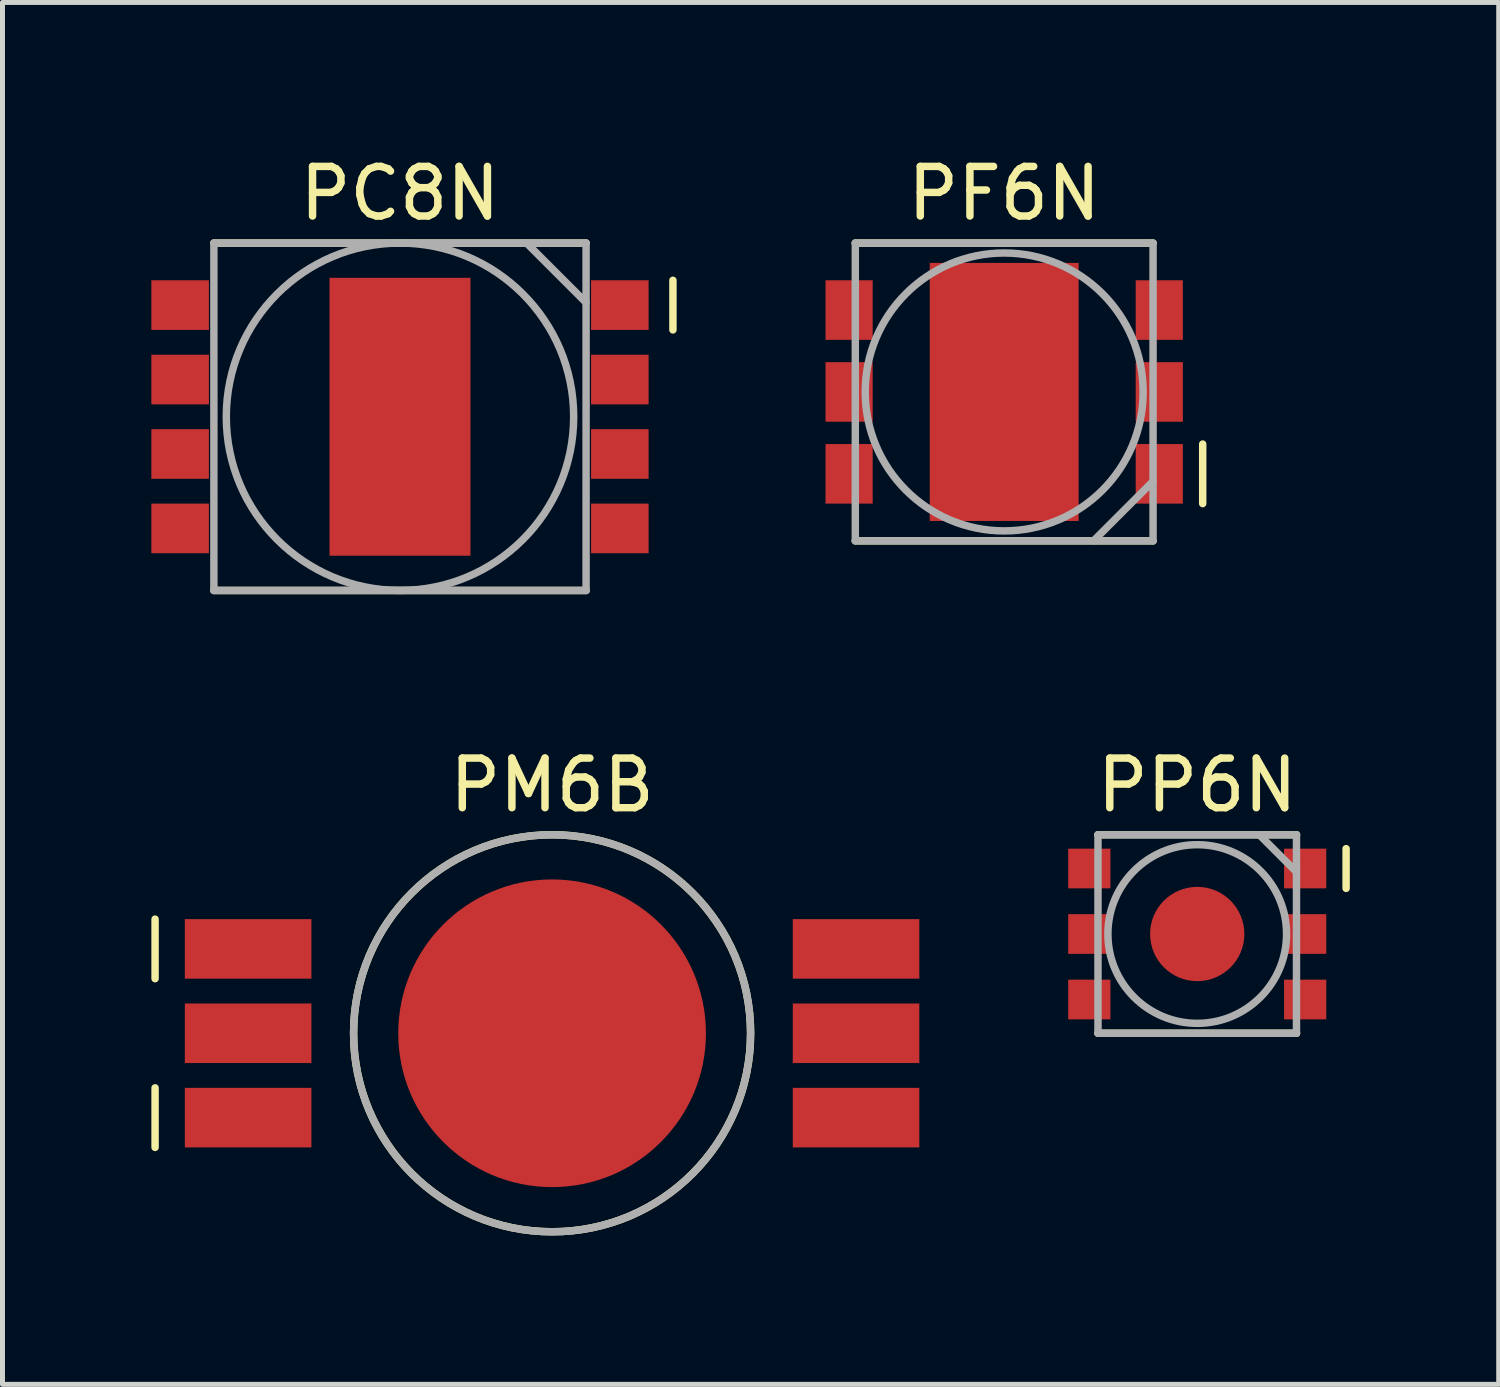
<source format=kicad_pcb>
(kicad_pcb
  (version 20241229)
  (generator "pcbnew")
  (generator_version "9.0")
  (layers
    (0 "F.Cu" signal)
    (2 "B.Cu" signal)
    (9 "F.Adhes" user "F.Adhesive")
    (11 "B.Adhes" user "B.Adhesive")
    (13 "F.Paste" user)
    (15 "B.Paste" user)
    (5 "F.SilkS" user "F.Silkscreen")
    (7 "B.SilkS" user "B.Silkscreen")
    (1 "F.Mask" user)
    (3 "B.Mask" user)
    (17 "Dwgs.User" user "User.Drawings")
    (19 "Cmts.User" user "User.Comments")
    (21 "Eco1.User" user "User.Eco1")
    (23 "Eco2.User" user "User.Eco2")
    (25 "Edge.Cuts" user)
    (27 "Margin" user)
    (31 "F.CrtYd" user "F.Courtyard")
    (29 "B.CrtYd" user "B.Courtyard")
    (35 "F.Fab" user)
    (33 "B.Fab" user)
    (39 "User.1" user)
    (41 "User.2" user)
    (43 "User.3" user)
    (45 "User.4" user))
  (footprint "PC8N"
    (layer "F.Cu")
    (at 5.01 5.348)
    (property "Reference" "PC8N" (at 0 -4.5 0) (layer "F.SilkS") (effects (font (size 1 1) (thickness 0.15))))
    (attr smd)
    (fp_line (start -3.75 -3.5) (end 3.75 -3.5) (stroke (width 0.15) (type solid)) (layer "F.SilkS"))
    (fp_line (start 3.75 3.5) (end -3.75 3.5) (stroke (width 0.15) (type solid)) (layer "F.SilkS"))
    (fp_line (start 5.5 -2.75) (end 5.5 -1.75) (stroke (width 0.15) (type solid)) (layer "F.SilkS"))
    (fp_line (start -3.75 -3.5) (end 3.75 -3.5) (stroke (width 0.15) (type solid)) (layer "F.Fab"))
    (fp_line (start -3.75 3.5) (end -3.75 -3.5) (stroke (width 0.15) (type solid)) (layer "F.Fab"))
    (fp_line (start 2.55 -3.5) (end 3.75 -2.3) (stroke (width 0.15) (type solid)) (layer "F.Fab"))
    (fp_line (start 3.75 -3.5) (end 3.75 3.5) (stroke (width 0.15) (type solid)) (layer "F.Fab"))
    (fp_line (start 3.75 3.5) (end -3.75 3.5) (stroke (width 0.15) (type solid)) (layer "F.Fab"))
    (fp_circle (center 0 0) (end 3.5 0) (stroke (width 0.15) (type solid)) (fill no) (layer "F.Fab"))
    (pad "BA" smd rect (at -4.43 2.25) (size 1.16 1) (layers "F.Cu" "F.Mask" "F.Paste"))
    (pad "BC" smd rect (at 4.43 2.25) (size 1.16 1) (layers "F.Cu" "F.Mask" "F.Paste"))
    (pad "EXP" smd rect (at 0 0) (size 2.84 5.6) (layers "F.Cu" "F.Mask" "F.Paste"))
    (pad "GA" smd rect (at -4.43 0.75) (size 1.16 1) (layers "F.Cu" "F.Mask" "F.Paste"))
    (pad "GC" smd rect (at 4.43 0.75) (size 1.16 1) (layers "F.Cu" "F.Mask" "F.Paste"))
    (pad "RA" smd rect (at -4.43 -0.75) (size 1.16 1) (layers "F.Cu" "F.Mask" "F.Paste"))
    (pad "RC" smd rect (at 4.43 -0.75) (size 1.16 1) (layers "F.Cu" "F.Mask" "F.Paste"))
    (pad "WA" smd rect (at -4.43 -2.25) (size 1.16 1) (layers "F.Cu" "F.Mask" "F.Paste"))
    (pad "WC" smd rect (at 4.43 -2.25) (size 1.16 1) (layers "F.Cu" "F.Mask" "F.Paste")))
  (footprint "PF6N"
    (layer "F.Cu")
    (at 17.185 4.848)
    (property "Reference" "PF6N" (at 0 -4 0) (layer "F.SilkS") (effects (font (size 1 1) (thickness 0.15))))
    (attr smd)
    (fp_line (start -3 -3) (end 3 -3) (stroke (width 0.15) (type solid)) (layer "F.SilkS"))
    (fp_line (start 3 3) (end -3 3) (stroke (width 0.15) (type solid)) (layer "F.SilkS"))
    (fp_line (start 4 1.05) (end 4 2.25) (stroke (width 0.15) (type solid)) (layer "F.SilkS"))
    (fp_line (start -3 -3) (end 3 -3) (stroke (width 0.15) (type solid)) (layer "F.Fab"))
    (fp_line (start -3 3) (end -3 -3) (stroke (width 0.15) (type solid)) (layer "F.Fab"))
    (fp_line (start 1.8 3) (end 3 1.8) (stroke (width 0.15) (type solid)) (layer "F.Fab"))
    (fp_line (start 3 -3) (end 3 3) (stroke (width 0.15) (type solid)) (layer "F.Fab"))
    (fp_line (start 3 3) (end -3 3) (stroke (width 0.15) (type solid)) (layer "F.Fab"))
    (fp_circle (center 0 0) (end 2.8 0) (stroke (width 0.15) (type solid)) (fill no) (layer "F.Fab"))
    (pad "BA" smd rect (at -3.125 1.65) (size 0.95 1.2) (layers "F.Cu" "F.Mask" "F.Paste"))
    (pad "BC" smd rect (at 3.125 1.65) (size 0.95 1.2) (layers "F.Cu" "F.Mask" "F.Paste"))
    (pad "EXP" smd rect (at 0 0) (size 3 5.2) (layers "F.Cu" "F.Mask" "F.Paste"))
    (pad "GA" smd rect (at -3.125 0) (size 0.95 1.2) (layers "F.Cu" "F.Mask" "F.Paste"))
    (pad "GC" smd rect (at 3.125 0) (size 0.95 1.2) (layers "F.Cu" "F.Mask" "F.Paste"))
    (pad "RA" smd rect (at -3.125 -1.65) (size 0.95 1.2) (layers "F.Cu" "F.Mask" "F.Paste"))
    (pad "RC" smd rect (at 3.125 -1.65) (size 0.95 1.2) (layers "F.Cu" "F.Mask" "F.Paste")))
  (footprint "PP6N"
    (layer "F.Cu")
    (at 21.075 15.771)
    (property "Reference" "PP6N" (at 0 -3 0) (layer "F.SilkS") (effects (font (size 1 1) (thickness 0.15))))
    (attr smd)
    (fp_line (start -2 -2) (end 2 -2) (stroke (width 0.15) (type solid)) (layer "F.SilkS"))
    (fp_line (start 2 2) (end -2 2) (stroke (width 0.15) (type solid)) (layer "F.SilkS"))
    (fp_line (start 3 -1.72) (end 3 -0.92) (stroke (width 0.15) (type solid)) (layer "F.SilkS"))
    (fp_line (start -2 -2) (end 2 -2) (stroke (width 0.15) (type solid)) (layer "F.Fab"))
    (fp_line (start -2 2) (end -2 -2) (stroke (width 0.15) (type solid)) (layer "F.Fab"))
    (fp_line (start 1.25 -2) (end 2 -1.25) (stroke (width 0.15) (type solid)) (layer "F.Fab"))
    (fp_line (start 2 -2) (end 2 2) (stroke (width 0.15) (type solid)) (layer "F.Fab"))
    (fp_line (start 2 2) (end -2 2) (stroke (width 0.15) (type solid)) (layer "F.Fab"))
    (fp_circle (center 0 0) (end 1.8 0) (stroke (width 0.15) (type solid)) (fill no) (layer "F.Fab"))
    (pad "BA" smd rect (at -2.175 1.32) (size 0.85 0.8) (layers "F.Cu" "F.Mask" "F.Paste"))
    (pad "BC" smd rect (at 2.175 1.32) (size 0.85 0.8) (layers "F.Cu" "F.Mask" "F.Paste"))
    (pad "EXP" smd circle (at 0 0) (size 1.9 1.9) (layers "F.Cu" "F.Mask" "F.Paste"))
    (pad "GC" smd rect (at 2.175 0) (size 0.85 0.8) (layers "F.Cu" "F.Mask" "F.Paste"))
    (pad "RA" smd rect (at -2.175 -1.32) (size 0.85 0.8) (layers "F.Cu" "F.Mask" "F.Paste"))
    (pad "RA" smd rect (at -2.175 0) (size 0.85 0.8) (layers "F.Cu" "F.Mask" "F.Paste"))
    (pad "RC" smd rect (at 2.175 -1.32) (size 0.85 0.8) (layers "F.Cu" "F.Mask" "F.Paste")))
  (footprint "PM6B"
    (layer "F.Cu")
    (at 8.075 17.771)
    (property "Reference" "PM6B" (at 0 -5 0) (layer "F.SilkS") (effects (font (size 1 1) (thickness 0.15))))
    (attr smd)
    (fp_line (start -8 -2.3) (end -8 -1.1) (stroke (width 0.15) (type solid)) (layer "F.SilkS"))
    (fp_line (start -8 1.1) (end -8 2.3) (stroke (width 0.15) (type solid)) (layer "F.SilkS"))
    (fp_circle (center 0 0) (end 4 0) (stroke (width 0.15) (type solid)) (fill no) (layer "F.SilkS"))
    (fp_circle (center 0 0) (end 4 0) (stroke (width 0.15) (type solid)) (fill no) (layer "F.Fab"))
    (pad "BA" smd rect (at -6.125 1.7) (size 2.55 1.2) (layers "F.Cu" "F.Mask" "F.Paste"))
    (pad "BC" smd rect (at 6.125 1.7) (size 2.55 1.2) (layers "F.Cu" "F.Mask" "F.Paste"))
    (pad "EXP" smd circle (at 0 0) (size 6.2 6.2) (layers "F.Cu" "F.Mask" "F.Paste"))
    (pad "GA" smd rect (at -6.125 0) (size 2.55 1.2) (layers "F.Cu" "F.Mask" "F.Paste"))
    (pad "GC" smd rect (at 6.125 0) (size 2.55 1.2) (layers "F.Cu" "F.Mask" "F.Paste"))
    (pad "RA" smd rect (at -6.125 -1.7) (size 2.55 1.2) (layers "F.Cu" "F.Mask" "F.Paste"))
    (pad "RC" smd rect (at 6.125 -1.7) (size 2.55 1.2) (layers "F.Cu" "F.Mask" "F.Paste")))
  (gr_rect
    (start -3 -3)
    (end 27.15 24.846)
    (stroke (width 0.1) (type default))
    (fill no)
    (layer "Edge.Cuts")))
</source>
